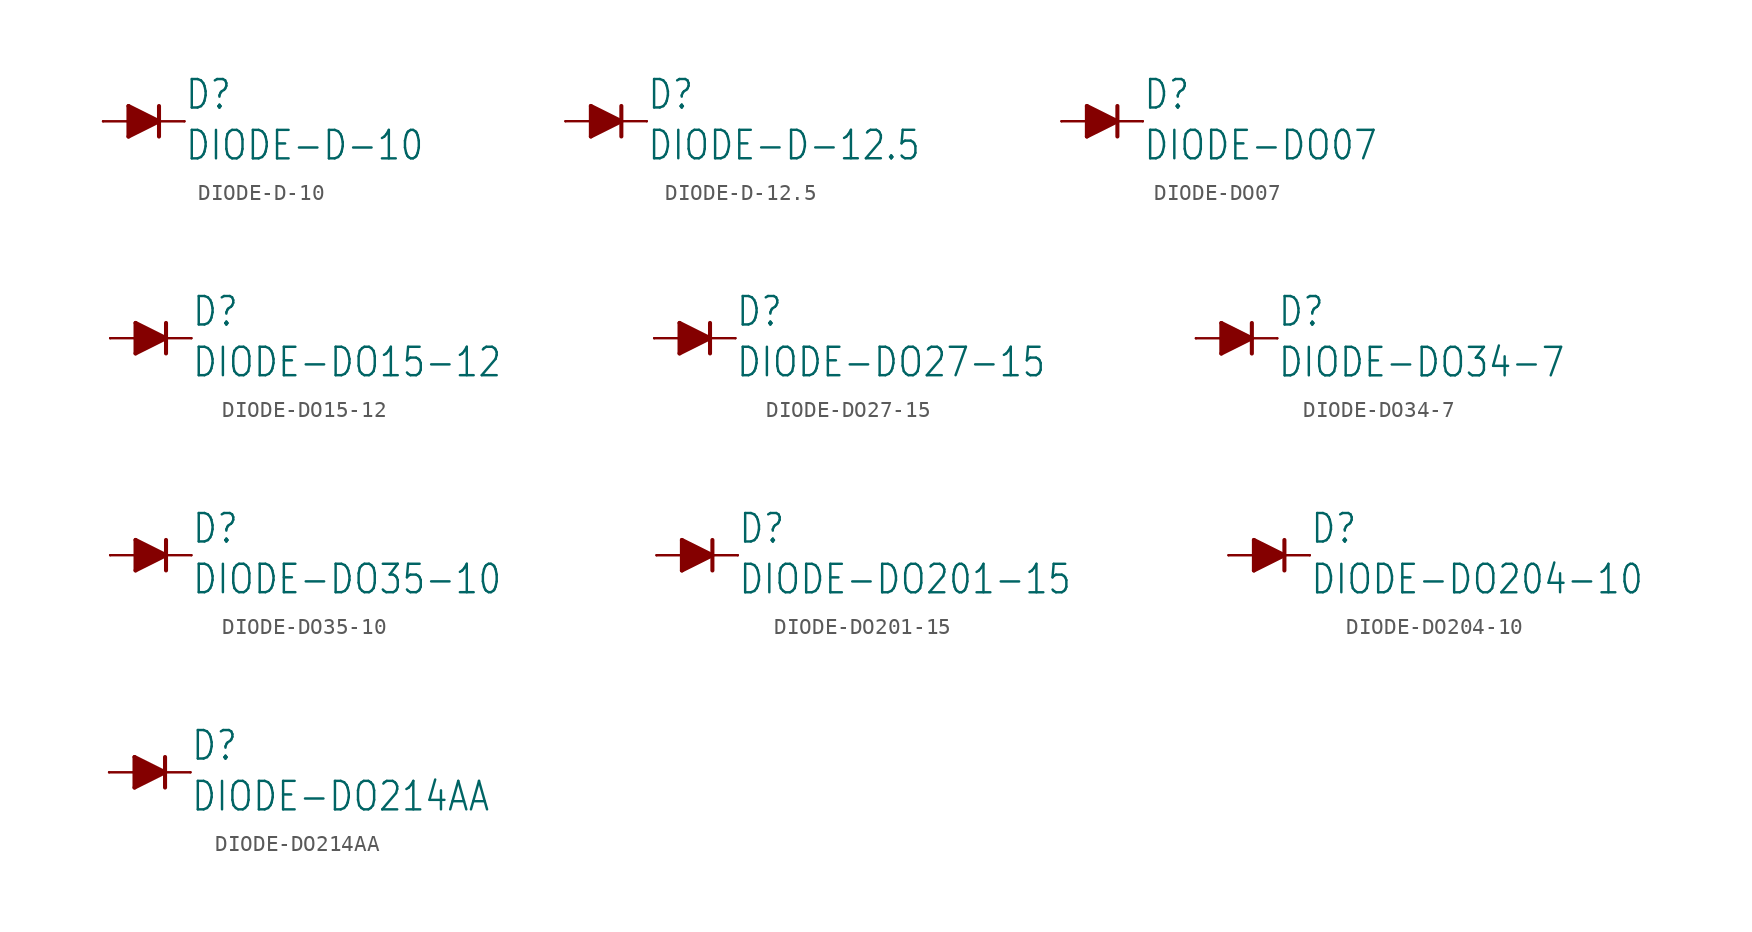
<source format=kicad_sym>
(kicad_symbol_lib
  (version 20211014)
  (generator kicad_symbol_editor)
  (symbol "DIODE-D-10"
    (property "Reference" "D"
      (at 2.54 0.635 0)
      (effects (font (size 1.778 1.511)) (justify left bottom)))
    (property "Value" "DIODE-D-10"
      (at 2.54 -2.54 0)
      (effects (font (size 1.778 1.511)) (justify left bottom)))
    (property "ki_locked" ""
      (at 0 0 0)
      (effects (font (size 1.27 1.27))))
    (symbol "DIODE-D-10_1_0"
      (polyline (pts (xy -0.953 -0.953) (xy 0.953 0)) (stroke (width 0.254) (type default) (color 0 0 0 0)) (fill (type none)))
      (polyline (pts (xy -0.953 0) (xy -2.54 0)) (stroke (width 0.152) (type default) (color 0 0 0 0)) (fill (type none)))
      (polyline (pts (xy -0.953 0) (xy -0.953 -0.953)) (stroke (width 0.254) (type default) (color 0 0 0 0)) (fill (type none)))
      (polyline (pts (xy -0.953 0.953) (xy -0.953 0)) (stroke (width 0.254) (type default) (color 0 0 0 0)) (fill (type none)))
      (polyline (pts (xy 0.953 0) (xy -0.953 0.953)) (stroke (width 0.254) (type default) (color 0 0 0 0)) (fill (type none)))
      (polyline (pts (xy 0.953 0) (xy 0.953 -0.953)) (stroke (width 0.254) (type default) (color 0 0 0 0)) (fill (type none)))
      (polyline (pts (xy 0.953 0) (xy 2.54 0)) (stroke (width 0.152) (type default) (color 0 0 0 0)) (fill (type none)))
      (polyline (pts (xy 0.953 0.953) (xy 0.953 0)) (stroke (width 0.254) (type default) (color 0 0 0 0)) (fill (type none)))
      (polyline (pts (xy -0.953 0.953) (xy 0.953 0) (xy -0.953 -0.953)) (stroke (width 0) (type default) (color 0 0 0 0)) (fill (type outline)))
      (pin passive line (at -2.54 0 0) (length 0) (name "A" (effects (font (size 0 0)))) (number "A" (effects (font (size 0 0)))))
      (pin passive line (at 2.54 0 180) (length 0) (name "C" (effects (font (size 0 0)))) (number "C" (effects (font (size 0 0)))))))
  (symbol "DIODE-D-12.5"
    (property "Reference" "D"
      (at 2.54 0.635 0)
      (effects (font (size 1.778 1.511)) (justify left bottom)))
    (property "Value" "DIODE-D-12.5"
      (at 2.54 -2.54 0)
      (effects (font (size 1.778 1.511)) (justify left bottom)))
    (property "ki_locked" ""
      (at 0 0 0)
      (effects (font (size 1.27 1.27))))
    (symbol "DIODE-D-12.5_1_0"
      (polyline (pts (xy -0.953 -0.953) (xy 0.953 0)) (stroke (width 0.254) (type default) (color 0 0 0 0)) (fill (type none)))
      (polyline (pts (xy -0.953 0) (xy -2.54 0)) (stroke (width 0.152) (type default) (color 0 0 0 0)) (fill (type none)))
      (polyline (pts (xy -0.953 0) (xy -0.953 -0.953)) (stroke (width 0.254) (type default) (color 0 0 0 0)) (fill (type none)))
      (polyline (pts (xy -0.953 0.953) (xy -0.953 0)) (stroke (width 0.254) (type default) (color 0 0 0 0)) (fill (type none)))
      (polyline (pts (xy 0.953 0) (xy -0.953 0.953)) (stroke (width 0.254) (type default) (color 0 0 0 0)) (fill (type none)))
      (polyline (pts (xy 0.953 0) (xy 0.953 -0.953)) (stroke (width 0.254) (type default) (color 0 0 0 0)) (fill (type none)))
      (polyline (pts (xy 0.953 0) (xy 2.54 0)) (stroke (width 0.152) (type default) (color 0 0 0 0)) (fill (type none)))
      (polyline (pts (xy 0.953 0.953) (xy 0.953 0)) (stroke (width 0.254) (type default) (color 0 0 0 0)) (fill (type none)))
      (polyline (pts (xy -0.953 0.953) (xy 0.953 0) (xy -0.953 -0.953)) (stroke (width 0) (type default) (color 0 0 0 0)) (fill (type outline)))
      (pin passive line (at -2.54 0 0) (length 0) (name "A" (effects (font (size 0 0)))) (number "A" (effects (font (size 0 0)))))
      (pin passive line (at 2.54 0 180) (length 0) (name "C" (effects (font (size 0 0)))) (number "C" (effects (font (size 0 0)))))))
  (symbol "DIODE-DO07"
    (property "Reference" "D"
      (at 2.54 0.635 0)
      (effects (font (size 1.778 1.511)) (justify left bottom)))
    (property "Value" "DIODE-DO07"
      (at 2.54 -2.54 0)
      (effects (font (size 1.778 1.511)) (justify left bottom)))
    (property "ki_locked" ""
      (at 0 0 0)
      (effects (font (size 1.27 1.27))))
    (symbol "DIODE-DO07_1_0"
      (polyline (pts (xy -0.953 -0.953) (xy 0.953 0)) (stroke (width 0.254) (type default) (color 0 0 0 0)) (fill (type none)))
      (polyline (pts (xy -0.953 0) (xy -2.54 0)) (stroke (width 0.152) (type default) (color 0 0 0 0)) (fill (type none)))
      (polyline (pts (xy -0.953 0) (xy -0.953 -0.953)) (stroke (width 0.254) (type default) (color 0 0 0 0)) (fill (type none)))
      (polyline (pts (xy -0.953 0.953) (xy -0.953 0)) (stroke (width 0.254) (type default) (color 0 0 0 0)) (fill (type none)))
      (polyline (pts (xy 0.953 0) (xy -0.953 0.953)) (stroke (width 0.254) (type default) (color 0 0 0 0)) (fill (type none)))
      (polyline (pts (xy 0.953 0) (xy 0.953 -0.953)) (stroke (width 0.254) (type default) (color 0 0 0 0)) (fill (type none)))
      (polyline (pts (xy 0.953 0) (xy 2.54 0)) (stroke (width 0.152) (type default) (color 0 0 0 0)) (fill (type none)))
      (polyline (pts (xy 0.953 0.953) (xy 0.953 0)) (stroke (width 0.254) (type default) (color 0 0 0 0)) (fill (type none)))
      (polyline (pts (xy -0.953 0.953) (xy 0.953 0) (xy -0.953 -0.953)) (stroke (width 0) (type default) (color 0 0 0 0)) (fill (type outline)))
      (pin passive line (at -2.54 0 0) (length 0) (name "A" (effects (font (size 0 0)))) (number "A" (effects (font (size 0 0)))))
      (pin passive line (at 2.54 0 180) (length 0) (name "C" (effects (font (size 0 0)))) (number "C" (effects (font (size 0 0)))))))
  (symbol "DIODE-DO15-12"
    (property "Reference" "D"
      (at 2.54 0.635 0)
      (effects (font (size 1.778 1.511)) (justify left bottom)))
    (property "Value" "DIODE-DO15-12"
      (at 2.54 -2.54 0)
      (effects (font (size 1.778 1.511)) (justify left bottom)))
    (property "ki_locked" ""
      (at 0 0 0)
      (effects (font (size 1.27 1.27))))
    (symbol "DIODE-DO15-12_1_0"
      (polyline (pts (xy -0.953 -0.953) (xy 0.953 0)) (stroke (width 0.254) (type default) (color 0 0 0 0)) (fill (type none)))
      (polyline (pts (xy -0.953 0) (xy -2.54 0)) (stroke (width 0.152) (type default) (color 0 0 0 0)) (fill (type none)))
      (polyline (pts (xy -0.953 0) (xy -0.953 -0.953)) (stroke (width 0.254) (type default) (color 0 0 0 0)) (fill (type none)))
      (polyline (pts (xy -0.953 0.953) (xy -0.953 0)) (stroke (width 0.254) (type default) (color 0 0 0 0)) (fill (type none)))
      (polyline (pts (xy 0.953 0) (xy -0.953 0.953)) (stroke (width 0.254) (type default) (color 0 0 0 0)) (fill (type none)))
      (polyline (pts (xy 0.953 0) (xy 0.953 -0.953)) (stroke (width 0.254) (type default) (color 0 0 0 0)) (fill (type none)))
      (polyline (pts (xy 0.953 0) (xy 2.54 0)) (stroke (width 0.152) (type default) (color 0 0 0 0)) (fill (type none)))
      (polyline (pts (xy 0.953 0.953) (xy 0.953 0)) (stroke (width 0.254) (type default) (color 0 0 0 0)) (fill (type none)))
      (polyline (pts (xy -0.953 0.953) (xy 0.953 0) (xy -0.953 -0.953)) (stroke (width 0) (type default) (color 0 0 0 0)) (fill (type outline)))
      (pin passive line (at -2.54 0 0) (length 0) (name "A" (effects (font (size 0 0)))) (number "A" (effects (font (size 0 0)))))
      (pin passive line (at 2.54 0 180) (length 0) (name "C" (effects (font (size 0 0)))) (number "C" (effects (font (size 0 0)))))))
  (symbol "DIODE-DO27-15"
    (property "Reference" "D"
      (at 2.54 0.635 0)
      (effects (font (size 1.778 1.511)) (justify left bottom)))
    (property "Value" "DIODE-DO27-15"
      (at 2.54 -2.54 0)
      (effects (font (size 1.778 1.511)) (justify left bottom)))
    (property "ki_locked" ""
      (at 0 0 0)
      (effects (font (size 1.27 1.27))))
    (symbol "DIODE-DO27-15_1_0"
      (polyline (pts (xy -0.953 -0.953) (xy 0.953 0)) (stroke (width 0.254) (type default) (color 0 0 0 0)) (fill (type none)))
      (polyline (pts (xy -0.953 0) (xy -2.54 0)) (stroke (width 0.152) (type default) (color 0 0 0 0)) (fill (type none)))
      (polyline (pts (xy -0.953 0) (xy -0.953 -0.953)) (stroke (width 0.254) (type default) (color 0 0 0 0)) (fill (type none)))
      (polyline (pts (xy -0.953 0.953) (xy -0.953 0)) (stroke (width 0.254) (type default) (color 0 0 0 0)) (fill (type none)))
      (polyline (pts (xy 0.953 0) (xy -0.953 0.953)) (stroke (width 0.254) (type default) (color 0 0 0 0)) (fill (type none)))
      (polyline (pts (xy 0.953 0) (xy 0.953 -0.953)) (stroke (width 0.254) (type default) (color 0 0 0 0)) (fill (type none)))
      (polyline (pts (xy 0.953 0) (xy 2.54 0)) (stroke (width 0.152) (type default) (color 0 0 0 0)) (fill (type none)))
      (polyline (pts (xy 0.953 0.953) (xy 0.953 0)) (stroke (width 0.254) (type default) (color 0 0 0 0)) (fill (type none)))
      (polyline (pts (xy -0.953 0.953) (xy 0.953 0) (xy -0.953 -0.953)) (stroke (width 0) (type default) (color 0 0 0 0)) (fill (type outline)))
      (pin passive line (at -2.54 0 0) (length 0) (name "A" (effects (font (size 0 0)))) (number "A" (effects (font (size 0 0)))))
      (pin passive line (at 2.54 0 180) (length 0) (name "C" (effects (font (size 0 0)))) (number "C" (effects (font (size 0 0)))))))
  (symbol "DIODE-DO34-7"
    (property "Reference" "D"
      (at 2.54 0.635 0)
      (effects (font (size 1.778 1.511)) (justify left bottom)))
    (property "Value" "DIODE-DO34-7"
      (at 2.54 -2.54 0)
      (effects (font (size 1.778 1.511)) (justify left bottom)))
    (property "ki_locked" ""
      (at 0 0 0)
      (effects (font (size 1.27 1.27))))
    (symbol "DIODE-DO34-7_1_0"
      (polyline (pts (xy -0.953 -0.953) (xy 0.953 0)) (stroke (width 0.254) (type default) (color 0 0 0 0)) (fill (type none)))
      (polyline (pts (xy -0.953 0) (xy -2.54 0)) (stroke (width 0.152) (type default) (color 0 0 0 0)) (fill (type none)))
      (polyline (pts (xy -0.953 0) (xy -0.953 -0.953)) (stroke (width 0.254) (type default) (color 0 0 0 0)) (fill (type none)))
      (polyline (pts (xy -0.953 0.953) (xy -0.953 0)) (stroke (width 0.254) (type default) (color 0 0 0 0)) (fill (type none)))
      (polyline (pts (xy 0.953 0) (xy -0.953 0.953)) (stroke (width 0.254) (type default) (color 0 0 0 0)) (fill (type none)))
      (polyline (pts (xy 0.953 0) (xy 0.953 -0.953)) (stroke (width 0.254) (type default) (color 0 0 0 0)) (fill (type none)))
      (polyline (pts (xy 0.953 0) (xy 2.54 0)) (stroke (width 0.152) (type default) (color 0 0 0 0)) (fill (type none)))
      (polyline (pts (xy 0.953 0.953) (xy 0.953 0)) (stroke (width 0.254) (type default) (color 0 0 0 0)) (fill (type none)))
      (polyline (pts (xy -0.953 0.953) (xy 0.953 0) (xy -0.953 -0.953)) (stroke (width 0) (type default) (color 0 0 0 0)) (fill (type outline)))
      (pin passive line (at -2.54 0 0) (length 0) (name "A" (effects (font (size 0 0)))) (number "A" (effects (font (size 0 0)))))
      (pin passive line (at 2.54 0 180) (length 0) (name "C" (effects (font (size 0 0)))) (number "C" (effects (font (size 0 0)))))))
  (symbol "DIODE-DO35-10"
    (property "Reference" "D"
      (at 2.54 0.635 0)
      (effects (font (size 1.778 1.511)) (justify left bottom)))
    (property "Value" "DIODE-DO35-10"
      (at 2.54 -2.54 0)
      (effects (font (size 1.778 1.511)) (justify left bottom)))
    (property "ki_locked" ""
      (at 0 0 0)
      (effects (font (size 1.27 1.27))))
    (symbol "DIODE-DO35-10_1_0"
      (polyline (pts (xy -0.953 -0.953) (xy 0.953 0)) (stroke (width 0.254) (type default) (color 0 0 0 0)) (fill (type none)))
      (polyline (pts (xy -0.953 0) (xy -2.54 0)) (stroke (width 0.152) (type default) (color 0 0 0 0)) (fill (type none)))
      (polyline (pts (xy -0.953 0) (xy -0.953 -0.953)) (stroke (width 0.254) (type default) (color 0 0 0 0)) (fill (type none)))
      (polyline (pts (xy -0.953 0.953) (xy -0.953 0)) (stroke (width 0.254) (type default) (color 0 0 0 0)) (fill (type none)))
      (polyline (pts (xy 0.953 0) (xy -0.953 0.953)) (stroke (width 0.254) (type default) (color 0 0 0 0)) (fill (type none)))
      (polyline (pts (xy 0.953 0) (xy 0.953 -0.953)) (stroke (width 0.254) (type default) (color 0 0 0 0)) (fill (type none)))
      (polyline (pts (xy 0.953 0) (xy 2.54 0)) (stroke (width 0.152) (type default) (color 0 0 0 0)) (fill (type none)))
      (polyline (pts (xy 0.953 0.953) (xy 0.953 0)) (stroke (width 0.254) (type default) (color 0 0 0 0)) (fill (type none)))
      (polyline (pts (xy -0.953 0.953) (xy 0.953 0) (xy -0.953 -0.953)) (stroke (width 0) (type default) (color 0 0 0 0)) (fill (type outline)))
      (pin passive line (at -2.54 0 0) (length 0) (name "A" (effects (font (size 0 0)))) (number "A" (effects (font (size 0 0)))))
      (pin passive line (at 2.54 0 180) (length 0) (name "C" (effects (font (size 0 0)))) (number "C" (effects (font (size 0 0)))))))
  (symbol "DIODE-DO201-15"
    (property "Reference" "D"
      (at 2.54 0.635 0)
      (effects (font (size 1.778 1.511)) (justify left bottom)))
    (property "Value" "DIODE-DO201-15"
      (at 2.54 -2.54 0)
      (effects (font (size 1.778 1.511)) (justify left bottom)))
    (property "ki_locked" ""
      (at 0 0 0)
      (effects (font (size 1.27 1.27))))
    (symbol "DIODE-DO201-15_1_0"
      (polyline (pts (xy -0.953 -0.953) (xy 0.953 0)) (stroke (width 0.254) (type default) (color 0 0 0 0)) (fill (type none)))
      (polyline (pts (xy -0.953 0) (xy -2.54 0)) (stroke (width 0.152) (type default) (color 0 0 0 0)) (fill (type none)))
      (polyline (pts (xy -0.953 0) (xy -0.953 -0.953)) (stroke (width 0.254) (type default) (color 0 0 0 0)) (fill (type none)))
      (polyline (pts (xy -0.953 0.953) (xy -0.953 0)) (stroke (width 0.254) (type default) (color 0 0 0 0)) (fill (type none)))
      (polyline (pts (xy 0.953 0) (xy -0.953 0.953)) (stroke (width 0.254) (type default) (color 0 0 0 0)) (fill (type none)))
      (polyline (pts (xy 0.953 0) (xy 0.953 -0.953)) (stroke (width 0.254) (type default) (color 0 0 0 0)) (fill (type none)))
      (polyline (pts (xy 0.953 0) (xy 2.54 0)) (stroke (width 0.152) (type default) (color 0 0 0 0)) (fill (type none)))
      (polyline (pts (xy 0.953 0.953) (xy 0.953 0)) (stroke (width 0.254) (type default) (color 0 0 0 0)) (fill (type none)))
      (polyline (pts (xy -0.953 0.953) (xy 0.953 0) (xy -0.953 -0.953)) (stroke (width 0) (type default) (color 0 0 0 0)) (fill (type outline)))
      (pin passive line (at -2.54 0 0) (length 0) (name "A" (effects (font (size 0 0)))) (number "A" (effects (font (size 0 0)))))
      (pin passive line (at 2.54 0 180) (length 0) (name "C" (effects (font (size 0 0)))) (number "C" (effects (font (size 0 0)))))))
  (symbol "DIODE-DO204-10"
    (property "Reference" "D"
      (at 2.54 0.635 0)
      (effects (font (size 1.778 1.511)) (justify left bottom)))
    (property "Value" "DIODE-DO204-10"
      (at 2.54 -2.54 0)
      (effects (font (size 1.778 1.511)) (justify left bottom)))
    (property "ki_locked" ""
      (at 0 0 0)
      (effects (font (size 1.27 1.27))))
    (symbol "DIODE-DO204-10_1_0"
      (polyline (pts (xy -0.953 -0.953) (xy 0.953 0)) (stroke (width 0.254) (type default) (color 0 0 0 0)) (fill (type none)))
      (polyline (pts (xy -0.953 0) (xy -2.54 0)) (stroke (width 0.152) (type default) (color 0 0 0 0)) (fill (type none)))
      (polyline (pts (xy -0.953 0) (xy -0.953 -0.953)) (stroke (width 0.254) (type default) (color 0 0 0 0)) (fill (type none)))
      (polyline (pts (xy -0.953 0.953) (xy -0.953 0)) (stroke (width 0.254) (type default) (color 0 0 0 0)) (fill (type none)))
      (polyline (pts (xy 0.953 0) (xy -0.953 0.953)) (stroke (width 0.254) (type default) (color 0 0 0 0)) (fill (type none)))
      (polyline (pts (xy 0.953 0) (xy 0.953 -0.953)) (stroke (width 0.254) (type default) (color 0 0 0 0)) (fill (type none)))
      (polyline (pts (xy 0.953 0) (xy 2.54 0)) (stroke (width 0.152) (type default) (color 0 0 0 0)) (fill (type none)))
      (polyline (pts (xy 0.953 0.953) (xy 0.953 0)) (stroke (width 0.254) (type default) (color 0 0 0 0)) (fill (type none)))
      (polyline (pts (xy -0.953 0.953) (xy 0.953 0) (xy -0.953 -0.953)) (stroke (width 0) (type default) (color 0 0 0 0)) (fill (type outline)))
      (pin passive line (at -2.54 0 0) (length 0) (name "A" (effects (font (size 0 0)))) (number "A" (effects (font (size 0 0)))))
      (pin passive line (at 2.54 0 180) (length 0) (name "C" (effects (font (size 0 0)))) (number "C" (effects (font (size 0 0)))))))
  (symbol "DIODE-DO214AA"
    (property "Reference" "D"
      (at 2.54 0.635 0)
      (effects (font (size 1.778 1.511)) (justify left bottom)))
    (property "Value" "DIODE-DO214AA"
      (at 2.54 -2.54 0)
      (effects (font (size 1.778 1.511)) (justify left bottom)))
    (property "ki_locked" ""
      (at 0 0 0)
      (effects (font (size 1.27 1.27))))
    (symbol "DIODE-DO214AA_1_0"
      (polyline (pts (xy -0.953 -0.953) (xy 0.953 0)) (stroke (width 0.254) (type default) (color 0 0 0 0)) (fill (type none)))
      (polyline (pts (xy -0.953 0) (xy -2.54 0)) (stroke (width 0.152) (type default) (color 0 0 0 0)) (fill (type none)))
      (polyline (pts (xy -0.953 0) (xy -0.953 -0.953)) (stroke (width 0.254) (type default) (color 0 0 0 0)) (fill (type none)))
      (polyline (pts (xy -0.953 0.953) (xy -0.953 0)) (stroke (width 0.254) (type default) (color 0 0 0 0)) (fill (type none)))
      (polyline (pts (xy 0.953 0) (xy -0.953 0.953)) (stroke (width 0.254) (type default) (color 0 0 0 0)) (fill (type none)))
      (polyline (pts (xy 0.953 0) (xy 0.953 -0.953)) (stroke (width 0.254) (type default) (color 0 0 0 0)) (fill (type none)))
      (polyline (pts (xy 0.953 0) (xy 2.54 0)) (stroke (width 0.152) (type default) (color 0 0 0 0)) (fill (type none)))
      (polyline (pts (xy 0.953 0.953) (xy 0.953 0)) (stroke (width 0.254) (type default) (color 0 0 0 0)) (fill (type none)))
      (polyline (pts (xy -0.953 0.953) (xy 0.953 0) (xy -0.953 -0.953)) (stroke (width 0) (type default) (color 0 0 0 0)) (fill (type outline)))
      (pin passive line (at -2.54 0 0) (length 0) (name "A" (effects (font (size 0 0)))) (number "A" (effects (font (size 0 0)))))
      (pin passive line (at 2.54 0 180) (length 0) (name "C" (effects (font (size 0 0)))) (number "C" (effects (font (size 0 0))))))))
</source>
